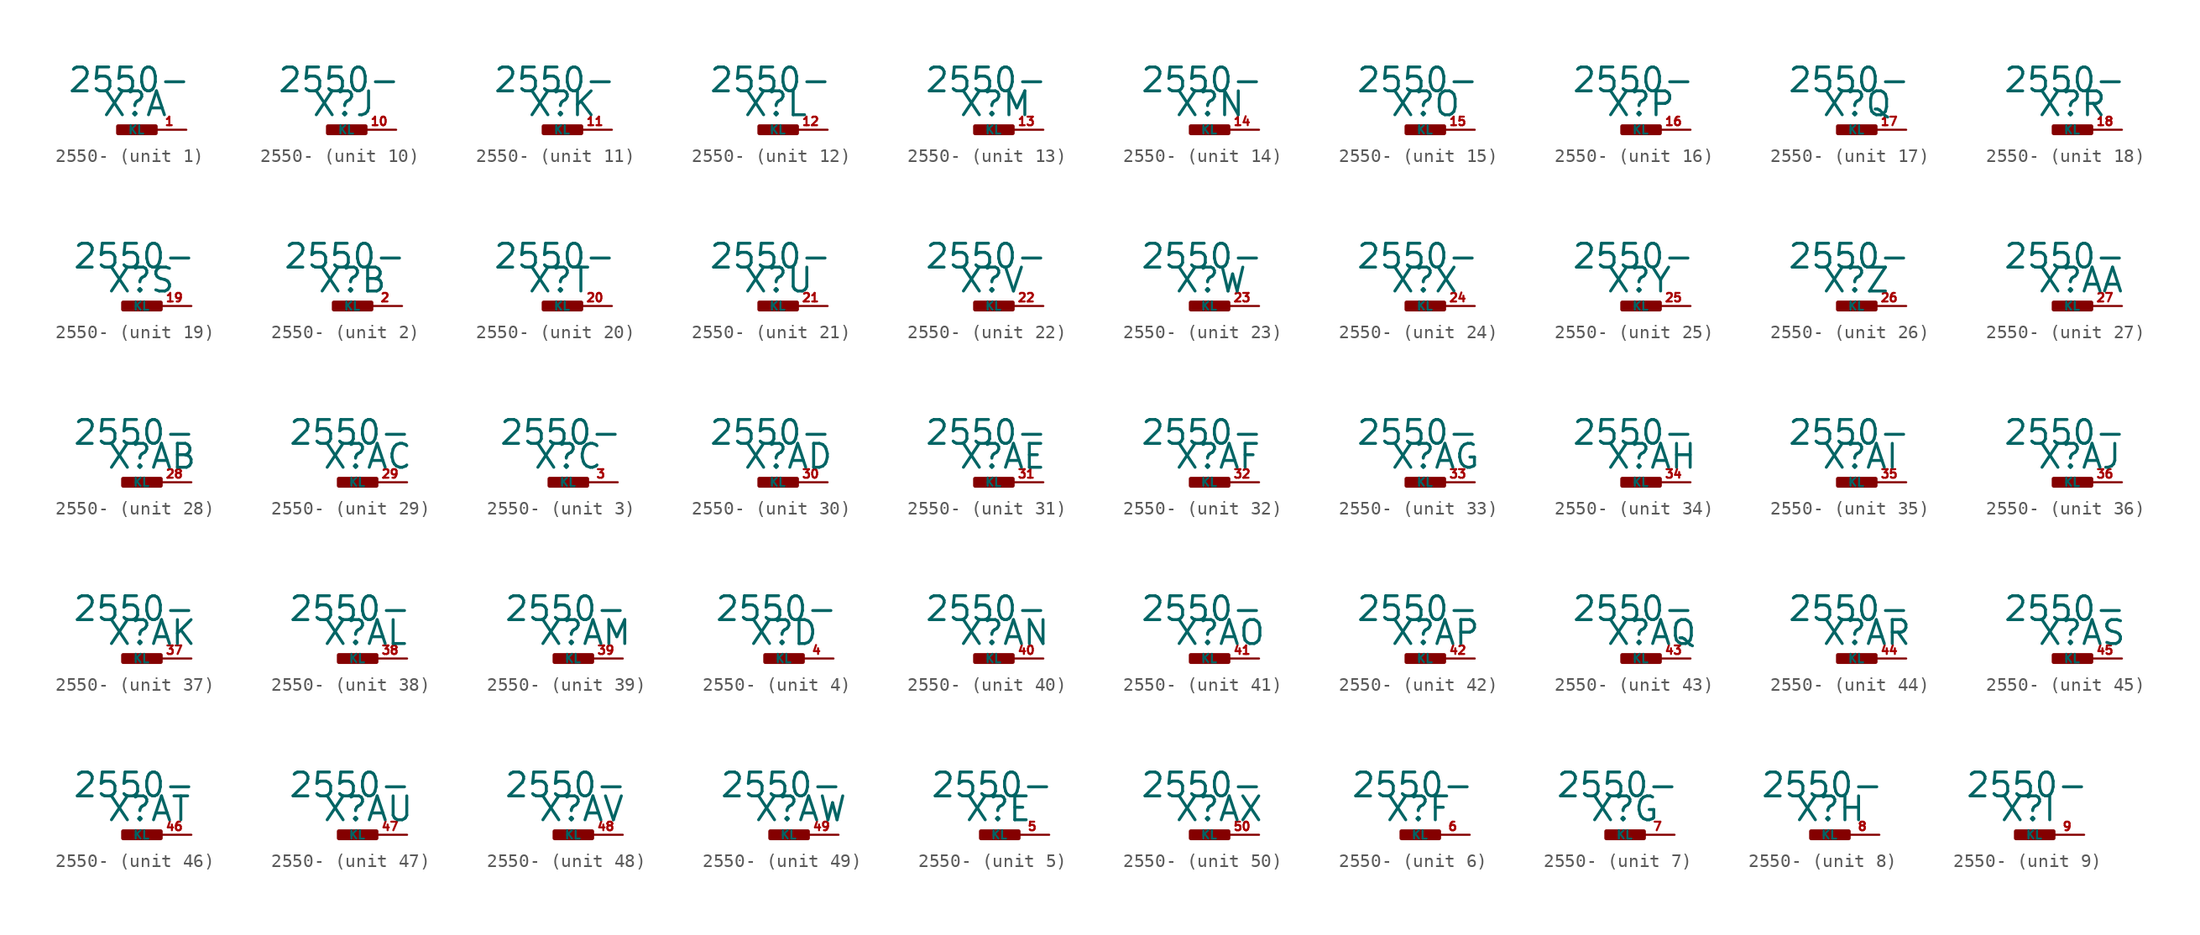
<source format=kicad_sym>
(kicad_symbol_lib
  (version 20220914)
  (generator Eagle2Kicad)
  (symbol "2550-"
    (property "Reference" "X"
      (at -1.27 0.889 0)
      (effects (font (size 1.778 1.778) (thickness 0.22)) (justify left bottom)))
    (property "Value" "2550-"
      (at -3.81 2.667 0)
      (effects (font (size 1.778 1.778) (thickness 0.22)) (justify left bottom)))
    (symbol "2550-_1_0"
      (rectangle (start 0 -0.254) (end 2.794 0.254) (stroke (width 0.3) (type default)) (fill (type outline)))
      (pin passive line (at 5.08 0 180) (length 2.54) (name "KL" (effects (font (size 0.635 0.635) (thickness 0.08)) (justify left bottom))) (number "1" (effects (font (size 0.635 0.635) (thickness 0.08)) (justify left bottom)))))
    (symbol "2550-_2_0"
      (rectangle (start 0 -0.254) (end 2.794 0.254) (stroke (width 0.3) (type default)) (fill (type outline)))
      (pin passive line (at 5.08 0 180) (length 2.54) (name "KL" (effects (font (size 0.635 0.635) (thickness 0.08)) (justify left bottom))) (number "2" (effects (font (size 0.635 0.635) (thickness 0.08)) (justify left bottom)))))
    (symbol "2550-_3_0"
      (rectangle (start 0 -0.254) (end 2.794 0.254) (stroke (width 0.3) (type default)) (fill (type outline)))
      (pin passive line (at 5.08 0 180) (length 2.54) (name "KL" (effects (font (size 0.635 0.635) (thickness 0.08)) (justify left bottom))) (number "3" (effects (font (size 0.635 0.635) (thickness 0.08)) (justify left bottom)))))
    (symbol "2550-_4_0"
      (rectangle (start 0 -0.254) (end 2.794 0.254) (stroke (width 0.3) (type default)) (fill (type outline)))
      (pin passive line (at 5.08 0 180) (length 2.54) (name "KL" (effects (font (size 0.635 0.635) (thickness 0.08)) (justify left bottom))) (number "4" (effects (font (size 0.635 0.635) (thickness 0.08)) (justify left bottom)))))
    (symbol "2550-_5_0"
      (rectangle (start 0 -0.254) (end 2.794 0.254) (stroke (width 0.3) (type default)) (fill (type outline)))
      (pin passive line (at 5.08 0 180) (length 2.54) (name "KL" (effects (font (size 0.635 0.635) (thickness 0.08)) (justify left bottom))) (number "5" (effects (font (size 0.635 0.635) (thickness 0.08)) (justify left bottom)))))
    (symbol "2550-_6_0"
      (rectangle (start 0 -0.254) (end 2.794 0.254) (stroke (width 0.3) (type default)) (fill (type outline)))
      (pin passive line (at 5.08 0 180) (length 2.54) (name "KL" (effects (font (size 0.635 0.635) (thickness 0.08)) (justify left bottom))) (number "6" (effects (font (size 0.635 0.635) (thickness 0.08)) (justify left bottom)))))
    (symbol "2550-_7_0"
      (rectangle (start 0 -0.254) (end 2.794 0.254) (stroke (width 0.3) (type default)) (fill (type outline)))
      (pin passive line (at 5.08 0 180) (length 2.54) (name "KL" (effects (font (size 0.635 0.635) (thickness 0.08)) (justify left bottom))) (number "7" (effects (font (size 0.635 0.635) (thickness 0.08)) (justify left bottom)))))
    (symbol "2550-_8_0"
      (rectangle (start 0 -0.254) (end 2.794 0.254) (stroke (width 0.3) (type default)) (fill (type outline)))
      (pin passive line (at 5.08 0 180) (length 2.54) (name "KL" (effects (font (size 0.635 0.635) (thickness 0.08)) (justify left bottom))) (number "8" (effects (font (size 0.635 0.635) (thickness 0.08)) (justify left bottom)))))
    (symbol "2550-_9_0"
      (rectangle (start 0 -0.254) (end 2.794 0.254) (stroke (width 0.3) (type default)) (fill (type outline)))
      (pin passive line (at 5.08 0 180) (length 2.54) (name "KL" (effects (font (size 0.635 0.635) (thickness 0.08)) (justify left bottom))) (number "9" (effects (font (size 0.635 0.635) (thickness 0.08)) (justify left bottom)))))
    (symbol "2550-_10_0"
      (rectangle (start 0 -0.254) (end 2.794 0.254) (stroke (width 0.3) (type default)) (fill (type outline)))
      (pin passive line (at 5.08 0 180) (length 2.54) (name "KL" (effects (font (size 0.635 0.635) (thickness 0.08)) (justify left bottom))) (number "10" (effects (font (size 0.635 0.635) (thickness 0.08)) (justify left bottom)))))
    (symbol "2550-_11_0"
      (rectangle (start 0 -0.254) (end 2.794 0.254) (stroke (width 0.3) (type default)) (fill (type outline)))
      (pin passive line (at 5.08 0 180) (length 2.54) (name "KL" (effects (font (size 0.635 0.635) (thickness 0.08)) (justify left bottom))) (number "11" (effects (font (size 0.635 0.635) (thickness 0.08)) (justify left bottom)))))
    (symbol "2550-_12_0"
      (rectangle (start 0 -0.254) (end 2.794 0.254) (stroke (width 0.3) (type default)) (fill (type outline)))
      (pin passive line (at 5.08 0 180) (length 2.54) (name "KL" (effects (font (size 0.635 0.635) (thickness 0.08)) (justify left bottom))) (number "12" (effects (font (size 0.635 0.635) (thickness 0.08)) (justify left bottom)))))
    (symbol "2550-_13_0"
      (rectangle (start 0 -0.254) (end 2.794 0.254) (stroke (width 0.3) (type default)) (fill (type outline)))
      (pin passive line (at 5.08 0 180) (length 2.54) (name "KL" (effects (font (size 0.635 0.635) (thickness 0.08)) (justify left bottom))) (number "13" (effects (font (size 0.635 0.635) (thickness 0.08)) (justify left bottom)))))
    (symbol "2550-_14_0"
      (rectangle (start 0 -0.254) (end 2.794 0.254) (stroke (width 0.3) (type default)) (fill (type outline)))
      (pin passive line (at 5.08 0 180) (length 2.54) (name "KL" (effects (font (size 0.635 0.635) (thickness 0.08)) (justify left bottom))) (number "14" (effects (font (size 0.635 0.635) (thickness 0.08)) (justify left bottom)))))
    (symbol "2550-_15_0"
      (rectangle (start 0 -0.254) (end 2.794 0.254) (stroke (width 0.3) (type default)) (fill (type outline)))
      (pin passive line (at 5.08 0 180) (length 2.54) (name "KL" (effects (font (size 0.635 0.635) (thickness 0.08)) (justify left bottom))) (number "15" (effects (font (size 0.635 0.635) (thickness 0.08)) (justify left bottom)))))
    (symbol "2550-_16_0"
      (rectangle (start 0 -0.254) (end 2.794 0.254) (stroke (width 0.3) (type default)) (fill (type outline)))
      (pin passive line (at 5.08 0 180) (length 2.54) (name "KL" (effects (font (size 0.635 0.635) (thickness 0.08)) (justify left bottom))) (number "16" (effects (font (size 0.635 0.635) (thickness 0.08)) (justify left bottom)))))
    (symbol "2550-_17_0"
      (rectangle (start 0 -0.254) (end 2.794 0.254) (stroke (width 0.3) (type default)) (fill (type outline)))
      (pin passive line (at 5.08 0 180) (length 2.54) (name "KL" (effects (font (size 0.635 0.635) (thickness 0.08)) (justify left bottom))) (number "17" (effects (font (size 0.635 0.635) (thickness 0.08)) (justify left bottom)))))
    (symbol "2550-_18_0"
      (rectangle (start 0 -0.254) (end 2.794 0.254) (stroke (width 0.3) (type default)) (fill (type outline)))
      (pin passive line (at 5.08 0 180) (length 2.54) (name "KL" (effects (font (size 0.635 0.635) (thickness 0.08)) (justify left bottom))) (number "18" (effects (font (size 0.635 0.635) (thickness 0.08)) (justify left bottom)))))
    (symbol "2550-_19_0"
      (rectangle (start 0 -0.254) (end 2.794 0.254) (stroke (width 0.3) (type default)) (fill (type outline)))
      (pin passive line (at 5.08 0 180) (length 2.54) (name "KL" (effects (font (size 0.635 0.635) (thickness 0.08)) (justify left bottom))) (number "19" (effects (font (size 0.635 0.635) (thickness 0.08)) (justify left bottom)))))
    (symbol "2550-_20_0"
      (rectangle (start 0 -0.254) (end 2.794 0.254) (stroke (width 0.3) (type default)) (fill (type outline)))
      (pin passive line (at 5.08 0 180) (length 2.54) (name "KL" (effects (font (size 0.635 0.635) (thickness 0.08)) (justify left bottom))) (number "20" (effects (font (size 0.635 0.635) (thickness 0.08)) (justify left bottom)))))
    (symbol "2550-_21_0"
      (rectangle (start 0 -0.254) (end 2.794 0.254) (stroke (width 0.3) (type default)) (fill (type outline)))
      (pin passive line (at 5.08 0 180) (length 2.54) (name "KL" (effects (font (size 0.635 0.635) (thickness 0.08)) (justify left bottom))) (number "21" (effects (font (size 0.635 0.635) (thickness 0.08)) (justify left bottom)))))
    (symbol "2550-_22_0"
      (rectangle (start 0 -0.254) (end 2.794 0.254) (stroke (width 0.3) (type default)) (fill (type outline)))
      (pin passive line (at 5.08 0 180) (length 2.54) (name "KL" (effects (font (size 0.635 0.635) (thickness 0.08)) (justify left bottom))) (number "22" (effects (font (size 0.635 0.635) (thickness 0.08)) (justify left bottom)))))
    (symbol "2550-_23_0"
      (rectangle (start 0 -0.254) (end 2.794 0.254) (stroke (width 0.3) (type default)) (fill (type outline)))
      (pin passive line (at 5.08 0 180) (length 2.54) (name "KL" (effects (font (size 0.635 0.635) (thickness 0.08)) (justify left bottom))) (number "23" (effects (font (size 0.635 0.635) (thickness 0.08)) (justify left bottom)))))
    (symbol "2550-_24_0"
      (rectangle (start 0 -0.254) (end 2.794 0.254) (stroke (width 0.3) (type default)) (fill (type outline)))
      (pin passive line (at 5.08 0 180) (length 2.54) (name "KL" (effects (font (size 0.635 0.635) (thickness 0.08)) (justify left bottom))) (number "24" (effects (font (size 0.635 0.635) (thickness 0.08)) (justify left bottom)))))
    (symbol "2550-_25_0"
      (rectangle (start 0 -0.254) (end 2.794 0.254) (stroke (width 0.3) (type default)) (fill (type outline)))
      (pin passive line (at 5.08 0 180) (length 2.54) (name "KL" (effects (font (size 0.635 0.635) (thickness 0.08)) (justify left bottom))) (number "25" (effects (font (size 0.635 0.635) (thickness 0.08)) (justify left bottom)))))
    (symbol "2550-_26_0"
      (rectangle (start 0 -0.254) (end 2.794 0.254) (stroke (width 0.3) (type default)) (fill (type outline)))
      (pin passive line (at 5.08 0 180) (length 2.54) (name "KL" (effects (font (size 0.635 0.635) (thickness 0.08)) (justify left bottom))) (number "26" (effects (font (size 0.635 0.635) (thickness 0.08)) (justify left bottom)))))
    (symbol "2550-_27_0"
      (rectangle (start 0 -0.254) (end 2.794 0.254) (stroke (width 0.3) (type default)) (fill (type outline)))
      (pin passive line (at 5.08 0 180) (length 2.54) (name "KL" (effects (font (size 0.635 0.635) (thickness 0.08)) (justify left bottom))) (number "27" (effects (font (size 0.635 0.635) (thickness 0.08)) (justify left bottom)))))
    (symbol "2550-_28_0"
      (rectangle (start 0 -0.254) (end 2.794 0.254) (stroke (width 0.3) (type default)) (fill (type outline)))
      (pin passive line (at 5.08 0 180) (length 2.54) (name "KL" (effects (font (size 0.635 0.635) (thickness 0.08)) (justify left bottom))) (number "28" (effects (font (size 0.635 0.635) (thickness 0.08)) (justify left bottom)))))
    (symbol "2550-_29_0"
      (rectangle (start 0 -0.254) (end 2.794 0.254) (stroke (width 0.3) (type default)) (fill (type outline)))
      (pin passive line (at 5.08 0 180) (length 2.54) (name "KL" (effects (font (size 0.635 0.635) (thickness 0.08)) (justify left bottom))) (number "29" (effects (font (size 0.635 0.635) (thickness 0.08)) (justify left bottom)))))
    (symbol "2550-_30_0"
      (rectangle (start 0 -0.254) (end 2.794 0.254) (stroke (width 0.3) (type default)) (fill (type outline)))
      (pin passive line (at 5.08 0 180) (length 2.54) (name "KL" (effects (font (size 0.635 0.635) (thickness 0.08)) (justify left bottom))) (number "30" (effects (font (size 0.635 0.635) (thickness 0.08)) (justify left bottom)))))
    (symbol "2550-_31_0"
      (rectangle (start 0 -0.254) (end 2.794 0.254) (stroke (width 0.3) (type default)) (fill (type outline)))
      (pin passive line (at 5.08 0 180) (length 2.54) (name "KL" (effects (font (size 0.635 0.635) (thickness 0.08)) (justify left bottom))) (number "31" (effects (font (size 0.635 0.635) (thickness 0.08)) (justify left bottom)))))
    (symbol "2550-_32_0"
      (rectangle (start 0 -0.254) (end 2.794 0.254) (stroke (width 0.3) (type default)) (fill (type outline)))
      (pin passive line (at 5.08 0 180) (length 2.54) (name "KL" (effects (font (size 0.635 0.635) (thickness 0.08)) (justify left bottom))) (number "32" (effects (font (size 0.635 0.635) (thickness 0.08)) (justify left bottom)))))
    (symbol "2550-_33_0"
      (rectangle (start 0 -0.254) (end 2.794 0.254) (stroke (width 0.3) (type default)) (fill (type outline)))
      (pin passive line (at 5.08 0 180) (length 2.54) (name "KL" (effects (font (size 0.635 0.635) (thickness 0.08)) (justify left bottom))) (number "33" (effects (font (size 0.635 0.635) (thickness 0.08)) (justify left bottom)))))
    (symbol "2550-_34_0"
      (rectangle (start 0 -0.254) (end 2.794 0.254) (stroke (width 0.3) (type default)) (fill (type outline)))
      (pin passive line (at 5.08 0 180) (length 2.54) (name "KL" (effects (font (size 0.635 0.635) (thickness 0.08)) (justify left bottom))) (number "34" (effects (font (size 0.635 0.635) (thickness 0.08)) (justify left bottom)))))
    (symbol "2550-_35_0"
      (rectangle (start 0 -0.254) (end 2.794 0.254) (stroke (width 0.3) (type default)) (fill (type outline)))
      (pin passive line (at 5.08 0 180) (length 2.54) (name "KL" (effects (font (size 0.635 0.635) (thickness 0.08)) (justify left bottom))) (number "35" (effects (font (size 0.635 0.635) (thickness 0.08)) (justify left bottom)))))
    (symbol "2550-_36_0"
      (rectangle (start 0 -0.254) (end 2.794 0.254) (stroke (width 0.3) (type default)) (fill (type outline)))
      (pin passive line (at 5.08 0 180) (length 2.54) (name "KL" (effects (font (size 0.635 0.635) (thickness 0.08)) (justify left bottom))) (number "36" (effects (font (size 0.635 0.635) (thickness 0.08)) (justify left bottom)))))
    (symbol "2550-_37_0"
      (rectangle (start 0 -0.254) (end 2.794 0.254) (stroke (width 0.3) (type default)) (fill (type outline)))
      (pin passive line (at 5.08 0 180) (length 2.54) (name "KL" (effects (font (size 0.635 0.635) (thickness 0.08)) (justify left bottom))) (number "37" (effects (font (size 0.635 0.635) (thickness 0.08)) (justify left bottom)))))
    (symbol "2550-_38_0"
      (rectangle (start 0 -0.254) (end 2.794 0.254) (stroke (width 0.3) (type default)) (fill (type outline)))
      (pin passive line (at 5.08 0 180) (length 2.54) (name "KL" (effects (font (size 0.635 0.635) (thickness 0.08)) (justify left bottom))) (number "38" (effects (font (size 0.635 0.635) (thickness 0.08)) (justify left bottom)))))
    (symbol "2550-_39_0"
      (rectangle (start 0 -0.254) (end 2.794 0.254) (stroke (width 0.3) (type default)) (fill (type outline)))
      (pin passive line (at 5.08 0 180) (length 2.54) (name "KL" (effects (font (size 0.635 0.635) (thickness 0.08)) (justify left bottom))) (number "39" (effects (font (size 0.635 0.635) (thickness 0.08)) (justify left bottom)))))
    (symbol "2550-_40_0"
      (rectangle (start 0 -0.254) (end 2.794 0.254) (stroke (width 0.3) (type default)) (fill (type outline)))
      (pin passive line (at 5.08 0 180) (length 2.54) (name "KL" (effects (font (size 0.635 0.635) (thickness 0.08)) (justify left bottom))) (number "40" (effects (font (size 0.635 0.635) (thickness 0.08)) (justify left bottom)))))
    (symbol "2550-_41_0"
      (rectangle (start 0 -0.254) (end 2.794 0.254) (stroke (width 0.3) (type default)) (fill (type outline)))
      (pin passive line (at 5.08 0 180) (length 2.54) (name "KL" (effects (font (size 0.635 0.635) (thickness 0.08)) (justify left bottom))) (number "41" (effects (font (size 0.635 0.635) (thickness 0.08)) (justify left bottom)))))
    (symbol "2550-_42_0"
      (rectangle (start 0 -0.254) (end 2.794 0.254) (stroke (width 0.3) (type default)) (fill (type outline)))
      (pin passive line (at 5.08 0 180) (length 2.54) (name "KL" (effects (font (size 0.635 0.635) (thickness 0.08)) (justify left bottom))) (number "42" (effects (font (size 0.635 0.635) (thickness 0.08)) (justify left bottom)))))
    (symbol "2550-_43_0"
      (rectangle (start 0 -0.254) (end 2.794 0.254) (stroke (width 0.3) (type default)) (fill (type outline)))
      (pin passive line (at 5.08 0 180) (length 2.54) (name "KL" (effects (font (size 0.635 0.635) (thickness 0.08)) (justify left bottom))) (number "43" (effects (font (size 0.635 0.635) (thickness 0.08)) (justify left bottom)))))
    (symbol "2550-_44_0"
      (rectangle (start 0 -0.254) (end 2.794 0.254) (stroke (width 0.3) (type default)) (fill (type outline)))
      (pin passive line (at 5.08 0 180) (length 2.54) (name "KL" (effects (font (size 0.635 0.635) (thickness 0.08)) (justify left bottom))) (number "44" (effects (font (size 0.635 0.635) (thickness 0.08)) (justify left bottom)))))
    (symbol "2550-_45_0"
      (rectangle (start 0 -0.254) (end 2.794 0.254) (stroke (width 0.3) (type default)) (fill (type outline)))
      (pin passive line (at 5.08 0 180) (length 2.54) (name "KL" (effects (font (size 0.635 0.635) (thickness 0.08)) (justify left bottom))) (number "45" (effects (font (size 0.635 0.635) (thickness 0.08)) (justify left bottom)))))
    (symbol "2550-_46_0"
      (rectangle (start 0 -0.254) (end 2.794 0.254) (stroke (width 0.3) (type default)) (fill (type outline)))
      (pin passive line (at 5.08 0 180) (length 2.54) (name "KL" (effects (font (size 0.635 0.635) (thickness 0.08)) (justify left bottom))) (number "46" (effects (font (size 0.635 0.635) (thickness 0.08)) (justify left bottom)))))
    (symbol "2550-_47_0"
      (rectangle (start 0 -0.254) (end 2.794 0.254) (stroke (width 0.3) (type default)) (fill (type outline)))
      (pin passive line (at 5.08 0 180) (length 2.54) (name "KL" (effects (font (size 0.635 0.635) (thickness 0.08)) (justify left bottom))) (number "47" (effects (font (size 0.635 0.635) (thickness 0.08)) (justify left bottom)))))
    (symbol "2550-_48_0"
      (rectangle (start 0 -0.254) (end 2.794 0.254) (stroke (width 0.3) (type default)) (fill (type outline)))
      (pin passive line (at 5.08 0 180) (length 2.54) (name "KL" (effects (font (size 0.635 0.635) (thickness 0.08)) (justify left bottom))) (number "48" (effects (font (size 0.635 0.635) (thickness 0.08)) (justify left bottom)))))
    (symbol "2550-_49_0"
      (rectangle (start 0 -0.254) (end 2.794 0.254) (stroke (width 0.3) (type default)) (fill (type outline)))
      (pin passive line (at 5.08 0 180) (length 2.54) (name "KL" (effects (font (size 0.635 0.635) (thickness 0.08)) (justify left bottom))) (number "49" (effects (font (size 0.635 0.635) (thickness 0.08)) (justify left bottom)))))
    (symbol "2550-_50_0"
      (rectangle (start 0 -0.254) (end 2.794 0.254) (stroke (width 0.3) (type default)) (fill (type outline)))
      (pin passive line (at 5.08 0 180) (length 2.54) (name "KL" (effects (font (size 0.635 0.635) (thickness 0.08)) (justify left bottom))) (number "50" (effects (font (size 0.635 0.635) (thickness 0.08)) (justify left bottom)))))))
</source>
